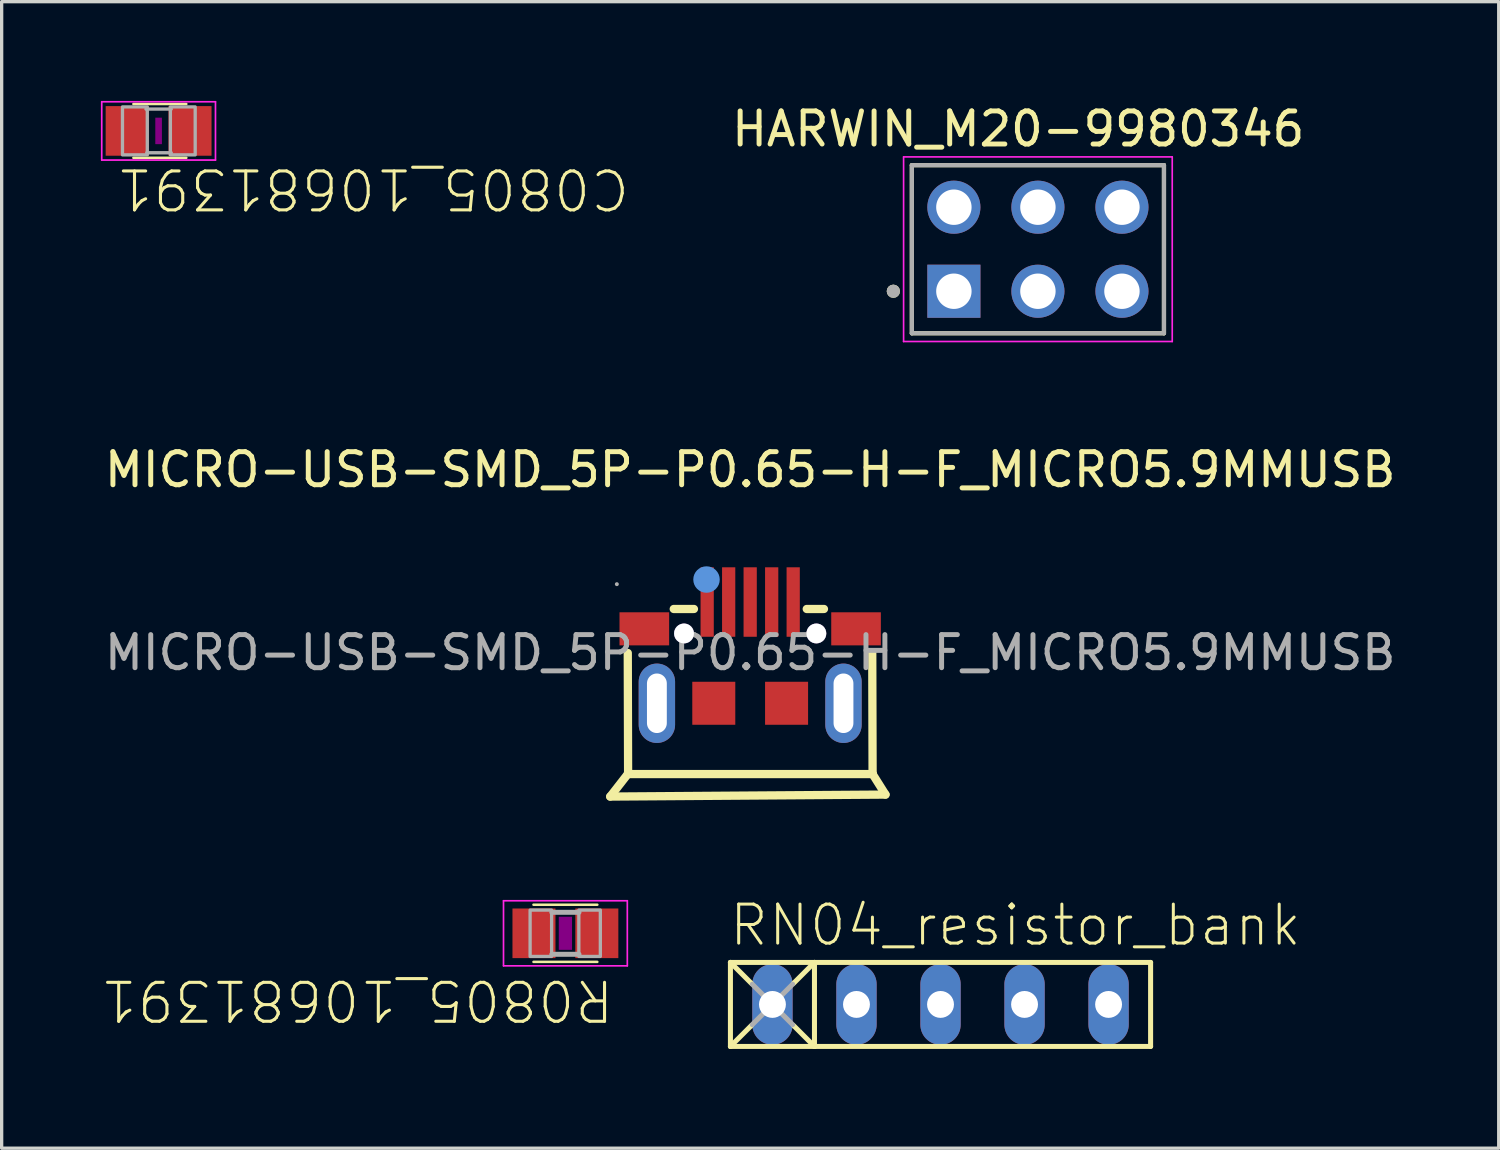
<source format=kicad_pcb>
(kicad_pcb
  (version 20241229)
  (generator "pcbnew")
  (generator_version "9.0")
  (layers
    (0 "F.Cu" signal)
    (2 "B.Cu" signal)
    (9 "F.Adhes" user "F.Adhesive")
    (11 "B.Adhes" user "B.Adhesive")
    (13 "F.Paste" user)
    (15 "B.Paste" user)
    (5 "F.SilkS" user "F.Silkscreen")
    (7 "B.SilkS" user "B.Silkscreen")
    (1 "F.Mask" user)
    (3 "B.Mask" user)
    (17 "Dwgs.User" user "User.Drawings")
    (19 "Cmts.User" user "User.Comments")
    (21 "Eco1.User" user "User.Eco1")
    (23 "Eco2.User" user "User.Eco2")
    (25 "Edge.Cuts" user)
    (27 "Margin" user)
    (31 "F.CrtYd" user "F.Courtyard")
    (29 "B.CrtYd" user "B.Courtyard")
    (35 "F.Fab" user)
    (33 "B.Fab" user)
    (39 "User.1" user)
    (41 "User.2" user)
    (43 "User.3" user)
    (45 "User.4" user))
  (footprint "MICRO-USB-SMD_5P-P0.65-H-F_MICRO5.9MMUSB"
    (layer "F.Cu")
    (at 19.625 16.677)
    (property "Reference" "MICRO-USB-SMD_5P-P0.65-H-F_MICRO5.9MMUSB" (at 0 -5.53 0) (layer "F.SilkS") (effects (font (size 1 1) (thickness 0.15))))
    (attr smd)
    (fp_line (start -4.23 4.35) (end -3.7 3.67) (stroke (width 0.25) (type solid)) (layer "F.SilkS"))
    (fp_line (start -3.7 3.67) (end 3.7 3.67) (stroke (width 0.25) (type solid)) (layer "F.SilkS"))
    (fp_line (start -3.69 3.66) (end -3.7 0.01) (stroke (width 0.25) (type solid)) (layer "F.SilkS"))
    (fp_line (start -2.31 -1.32) (end -1.7 -1.32) (stroke (width 0.25) (type solid)) (layer "F.SilkS"))
    (fp_line (start 1.71 -1.32) (end 2.23 -1.32) (stroke (width 0.25) (type solid)) (layer "F.SilkS"))
    (fp_line (start 3.7 3.66) (end 3.69 0) (stroke (width 0.25) (type solid)) (layer "F.SilkS"))
    (fp_line (start 3.7 3.67) (end 3.7 3.66) (stroke (width 0.25) (type solid)) (layer "F.SilkS"))
    (fp_line (start 3.7 3.67) (end 4.09 4.29) (stroke (width 0.25) (type solid)) (layer "F.SilkS"))
    (fp_line (start 4.09 4.29) (end -4.23 4.35) (stroke (width 0.25) (type solid)) (layer "F.SilkS"))
    (fp_circle (center -2 -0.58) (end -1.88 -0.58) (stroke (width 0.23) (type solid)) (fill no) (layer "Cmts.User"))
    (fp_circle (center -1.32 -2.21) (end -1.12 -2.21) (stroke (width 0.4) (type solid)) (fill no) (layer "Cmts.User"))
    (fp_circle (center 2 -0.58) (end 2.12 -0.58) (stroke (width 0.23) (type solid)) (fill no) (layer "Cmts.User"))
    (fp_circle (center -4.03 -2.07) (end -4 -2.07) (stroke (width 0.06) (type solid)) (fill no) (layer "F.Fab"))
    (fp_text user "${REFERENCE}" (at 0 0 0) (layer "F.Fab") (effects (font (size 1 1) (thickness 0.15))))
    (pad "" thru_hole circle (at -2 -0.58) (size 0.6 0.6) (drill 0.6) (layers "*.Cu" "*.Mask"))
    (pad "" thru_hole circle (at 2 -0.58) (size 0.6 0.6) (drill 0.6) (layers "*.Cu" "*.Mask"))
    (pad "1" smd rect (at -1.3 -1.53) (size 0.4 2.1) (layers "F.Cu" "F.Mask" "F.Paste"))
    (pad "2" smd rect (at -0.65 -1.53) (size 0.4 2.1) (layers "F.Cu" "F.Mask" "F.Paste"))
    (pad "3" smd rect (at 0 -1.53) (size 0.4 2.1) (layers "F.Cu" "F.Mask" "F.Paste"))
    (pad "4" smd rect (at 0.65 -1.53) (size 0.4 2.1) (layers "F.Cu" "F.Mask" "F.Paste"))
    (pad "5" smd rect (at 1.3 -1.53) (size 0.4 2.1) (layers "F.Cu" "F.Mask" "F.Paste"))
    (pad "6" smd rect (at -3.2 -0.72) (size 1.5 1) (layers "F.Cu" "F.Mask" "F.Paste"))
    (pad "6" thru_hole oval (at -2.82 1.53) (size 1.1 2.4) (drill oval 0.6 1.8) (layers "*.Cu" "*.Mask"))
    (pad "6" smd rect (at -1.1 1.53) (size 1.3 1.3) (layers "F.Cu" "F.Mask" "F.Paste"))
    (pad "6" smd rect (at 1.1 1.53) (size 1.3 1.3) (layers "F.Cu" "F.Mask" "F.Paste"))
    (pad "6" thru_hole oval (at 2.82 1.53) (size 1.1 2.4) (drill oval 0.6 1.8) (layers "*.Cu" "*.Mask"))
    (pad "6" smd rect (at 3.2 -0.72) (size 1.5 1) (layers "F.Cu" "F.Mask" "F.Paste")))
  (footprint "RN04_resistor_bank"
    (layer "F.Cu")
    (at 25.378 27.31)
    (property "Reference" "RN04_resistor_bank" (at -6.441 -1.705 0) (unlocked yes) (layer "F.SilkS") (effects (font (size 1.179 1.179) (thickness 0.091)) (justify left bottom)))
    (fp_line (start -6.35 -1.27) (end -6.35 1.27) (stroke (width 0.152) (type solid)) (layer "F.SilkS"))
    (fp_line (start -6.35 -1.27) (end -5.715 -0.635) (stroke (width 0.152) (type solid)) (layer "F.SilkS"))
    (fp_line (start -6.35 1.27) (end -5.715 0.635) (stroke (width 0.152) (type solid)) (layer "F.SilkS"))
    (fp_line (start -6.35 1.27) (end -3.81 1.27) (stroke (width 0.152) (type solid)) (layer "F.SilkS"))
    (fp_line (start -3.81 -1.27) (end -6.35 -1.27) (stroke (width 0.152) (type solid)) (layer "F.SilkS"))
    (fp_line (start -3.81 -1.27) (end -4.445 -0.635) (stroke (width 0.152) (type solid)) (layer "F.SilkS"))
    (fp_line (start -3.81 -1.27) (end -3.81 1.27) (stroke (width 0.152) (type solid)) (layer "F.SilkS"))
    (fp_line (start -3.81 1.27) (end -4.445 0.635) (stroke (width 0.152) (type solid)) (layer "F.SilkS"))
    (fp_line (start -3.81 1.27) (end 6.35 1.27) (stroke (width 0.152) (type solid)) (layer "F.SilkS"))
    (fp_line (start 6.35 -1.27) (end -3.81 -1.27) (stroke (width 0.152) (type solid)) (layer "F.SilkS"))
    (fp_line (start 6.35 1.27) (end 6.35 -1.27) (stroke (width 0.152) (type solid)) (layer "F.SilkS"))
    (fp_line (start -5.69 -0.61) (end -4.47 0.61) (stroke (width 0.152) (type solid)) (layer "F.Fab"))
    (fp_line (start -5.69 0.61) (end -4.47 -0.61) (stroke (width 0.152) (type solid)) (layer "F.Fab"))
    (pad "1" thru_hole oval (at -5.08 0 90) (size 2.438 1.219) (drill 0.813) (layers "*.Cu" "*.Mask"))
    (pad "2" thru_hole oval (at -2.54 0 90) (size 2.438 1.219) (drill 0.813) (layers "*.Cu" "*.Mask"))
    (pad "3" thru_hole oval (at 0 0 90) (size 2.438 1.219) (drill 0.813) (layers "*.Cu" "*.Mask"))
    (pad "4" thru_hole oval (at 2.54 0 90) (size 2.438 1.219) (drill 0.813) (layers "*.Cu" "*.Mask"))
    (pad "5" thru_hole oval (at 5.08 0 90) (size 2.438 1.219) (drill 0.813) (layers "*.Cu" "*.Mask")))
  (footprint "HARWIN_M20-9980346"
    (layer "F.Cu")
    (at 28.322 4.483)
    (property "Reference" "HARWIN_M20-9980346" (at -0.595 -3.635 0) (layer "F.SilkS") (effects (font (size 1 1) (thickness 0.15))))
    (attr through_hole)
    (fp_line (start -3.81 -2.54) (end 3.81 -2.54) (stroke (width 0.127) (type solid)) (layer "F.SilkS"))
    (fp_line (start -3.81 2.54) (end -3.81 -2.54) (stroke (width 0.127) (type solid)) (layer "F.SilkS"))
    (fp_line (start 3.81 -2.54) (end 3.81 2.54) (stroke (width 0.127) (type solid)) (layer "F.SilkS"))
    (fp_line (start 3.81 2.54) (end -3.81 2.54) (stroke (width 0.127) (type solid)) (layer "F.SilkS"))
    (fp_circle (center -4.37 1.27) (end -4.27 1.27) (stroke (width 0.2) (type solid)) (fill no) (layer "F.SilkS"))
    (fp_line (start -4.06 -2.79) (end -4.06 2.79) (stroke (width 0.05) (type solid)) (layer "F.CrtYd"))
    (fp_line (start -4.06 2.79) (end 4.06 2.79) (stroke (width 0.05) (type solid)) (layer "F.CrtYd"))
    (fp_line (start 4.06 -2.79) (end -4.06 -2.79) (stroke (width 0.05) (type solid)) (layer "F.CrtYd"))
    (fp_line (start 4.06 2.79) (end 4.06 -2.79) (stroke (width 0.05) (type solid)) (layer "F.CrtYd"))
    (fp_line (start -3.81 -2.54) (end 3.81 -2.54) (stroke (width 0.127) (type solid)) (layer "F.Fab"))
    (fp_line (start -3.81 2.54) (end -3.81 -2.54) (stroke (width 0.127) (type solid)) (layer "F.Fab"))
    (fp_line (start 3.81 -2.54) (end 3.81 2.54) (stroke (width 0.127) (type solid)) (layer "F.Fab"))
    (fp_line (start 3.81 2.54) (end -3.81 2.54) (stroke (width 0.127) (type solid)) (layer "F.Fab"))
    (fp_circle (center -4.37 1.27) (end -4.27 1.27) (stroke (width 0.2) (type solid)) (fill no) (layer "F.Fab"))
    (pad "1" thru_hole rect (at -2.54 1.27) (size 1.605 1.605) (drill 1.07) (layers "*.Cu" "*.Mask"))
    (pad "2" thru_hole circle (at -2.54 -1.27) (size 1.605 1.605) (drill 1.07) (layers "*.Cu" "*.Mask"))
    (pad "3" thru_hole circle (at 0 1.27) (size 1.605 1.605) (drill 1.07) (layers "*.Cu" "*.Mask"))
    (pad "4" thru_hole circle (at 0 -1.27) (size 1.605 1.605) (drill 1.07) (layers "*.Cu" "*.Mask"))
    (pad "5" thru_hole circle (at 2.54 1.27) (size 1.605 1.605) (drill 1.07) (layers "*.Cu" "*.Mask"))
    (pad "6" thru_hole circle (at 2.54 -1.27) (size 1.605 1.605) (drill 1.07) (layers "*.Cu" "*.Mask")))
  (footprint "R0805_10681391"
    (layer "F.Cu")
    (at 14.04 25.16)
    (property "Reference" "R0805_10681391" (at 1.524 1.333 180) (unlocked yes) (layer "F.SilkS") (effects (font (size 1.177 1.177) (thickness 0.093)) (justify left bottom)))
    (fp_line (start -0.965 -0.864) (end 0.965 -0.864) (stroke (width 0.076) (type solid)) (layer "F.SilkS"))
    (fp_line (start 0.965 0.864) (end -0.965 0.864) (stroke (width 0.076) (type solid)) (layer "F.SilkS"))
    (fp_poly (pts (xy -0.2 0.5) (xy 0.2 0.5) (xy 0.2 -0.5) (xy -0.2 -0.5)) (stroke (width 0) (type default)) (fill yes) (layer "F.Adhes"))
    (fp_line (start -1.871 -0.983) (end 1.871 -0.983) (stroke (width 0.051) (type solid)) (layer "F.CrtYd"))
    (fp_line (start -1.871 0.983) (end -1.871 -0.983) (stroke (width 0.051) (type solid)) (layer "F.CrtYd"))
    (fp_line (start 1.871 -0.983) (end 1.871 0.983) (stroke (width 0.051) (type solid)) (layer "F.CrtYd"))
    (fp_line (start 1.871 0.983) (end -1.871 0.983) (stroke (width 0.051) (type solid)) (layer "F.CrtYd"))
    (fp_line (start -0.41 -0.635) (end 0.41 -0.635) (stroke (width 0.152) (type solid)) (layer "F.Fab"))
    (fp_line (start -0.41 0.635) (end 0.41 0.635) (stroke (width 0.152) (type solid)) (layer "F.Fab"))
    (fp_poly (pts (xy -1.067 0.699) (xy -0.417 0.699) (xy -0.417 -0.702) (xy -1.067 -0.702)) (stroke (width 0.1) (type default)) (fill no) (layer "F.Fab"))
    (fp_poly (pts (xy 0.406 0.699) (xy 1.056 0.699) (xy 1.056 -0.702) (xy 0.406 -0.702)) (stroke (width 0.1) (type default)) (fill no) (layer "F.Fab"))
    (pad "1" smd rect (at -0.95 0) (size 1.3 1.5) (layers "F.Cu" "F.Mask" "F.Paste"))
    (pad "2" smd rect (at 0.95 0) (size 1.3 1.5) (layers "F.Cu" "F.Mask" "F.Paste")))
  (footprint "C0805_10681391"
    (layer "F.Cu")
    (at 1.744 0.907)
    (property "Reference" "C0805_10681391" (at -1.35 2.438 180) (unlocked yes) (layer "F.SilkS") (effects (font (size 1.177 1.177) (thickness 0.093)) (justify right top)))
    (fp_line (start -0.762 -0.813) (end 0.838 -0.813) (stroke (width 0.076) (type solid)) (layer "F.SilkS"))
    (fp_line (start 0.838 0.813) (end -0.762 0.813) (stroke (width 0.076) (type solid)) (layer "F.SilkS"))
    (fp_poly (pts (xy -0.1 0.4) (xy 0.1 0.4) (xy 0.1 -0.4) (xy -0.1 -0.4)) (stroke (width 0) (type default)) (fill yes) (layer "F.Adhes"))
    (fp_line (start -1.719 -0.881) (end 1.719 -0.881) (stroke (width 0.051) (type solid)) (layer "F.CrtYd"))
    (fp_line (start -1.719 0.881) (end -1.719 -0.881) (stroke (width 0.051) (type solid)) (layer "F.CrtYd"))
    (fp_line (start 1.719 -0.881) (end 1.719 0.881) (stroke (width 0.051) (type solid)) (layer "F.CrtYd"))
    (fp_line (start 1.719 0.881) (end -1.719 0.881) (stroke (width 0.051) (type solid)) (layer "F.CrtYd"))
    (fp_line (start -0.381 -0.66) (end 0.381 -0.66) (stroke (width 0.102) (type solid)) (layer "F.Fab"))
    (fp_line (start -0.356 0.66) (end 0.381 0.66) (stroke (width 0.102) (type solid)) (layer "F.Fab"))
    (fp_poly (pts (xy -1.092 0.724) (xy -0.342 0.724) (xy -0.342 -0.726) (xy -1.092 -0.726)) (stroke (width 0.1) (type default)) (fill no) (layer "F.Fab"))
    (fp_poly (pts (xy 0.356 0.724) (xy 1.106 0.724) (xy 1.106 -0.726) (xy 0.356 -0.726)) (stroke (width 0.1) (type default)) (fill no) (layer "F.Fab"))
    (pad "1" smd rect (at -0.95 0) (size 1.3 1.5) (layers "F.Cu" "F.Mask" "F.Paste"))
    (pad "2" smd rect (at 0.95 0) (size 1.3 1.5) (layers "F.Cu" "F.Mask" "F.Paste")))
  (gr_rect
    (start -3 -3)
    (end 42.25 31.656)
    (stroke (width 0.1) (type default))
    (fill no)
    (layer "Edge.Cuts")))
</source>
